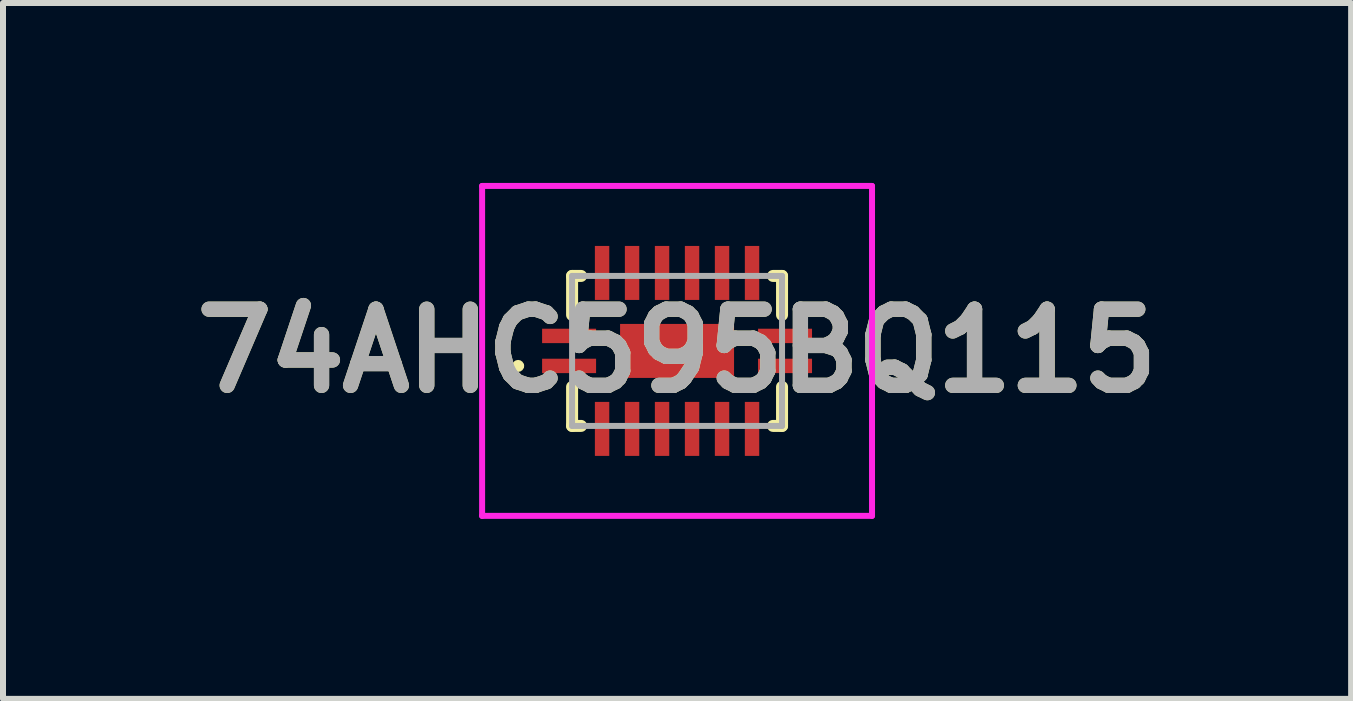
<source format=kicad_pcb>
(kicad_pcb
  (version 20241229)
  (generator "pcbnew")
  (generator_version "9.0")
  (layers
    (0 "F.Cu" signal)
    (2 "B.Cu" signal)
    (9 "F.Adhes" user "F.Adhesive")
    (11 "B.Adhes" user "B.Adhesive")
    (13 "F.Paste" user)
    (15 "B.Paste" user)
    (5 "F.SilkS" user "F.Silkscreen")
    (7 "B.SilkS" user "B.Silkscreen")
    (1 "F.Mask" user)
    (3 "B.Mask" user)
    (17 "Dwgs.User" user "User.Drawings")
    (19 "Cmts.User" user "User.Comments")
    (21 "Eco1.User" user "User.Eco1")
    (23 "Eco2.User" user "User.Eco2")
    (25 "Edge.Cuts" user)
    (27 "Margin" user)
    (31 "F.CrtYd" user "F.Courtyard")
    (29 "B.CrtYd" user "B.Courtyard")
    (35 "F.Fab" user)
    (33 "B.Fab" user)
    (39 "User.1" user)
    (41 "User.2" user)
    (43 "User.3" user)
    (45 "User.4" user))
  (footprint "74AHC595BQ115"
    (layer "F.Cu")
    (at 8.237 2.8)
    (property "Reference" "74AHC595BQ115" (at 0 0 0) (layer "F.SilkS") (effects (font (size 1.27 1.27) (thickness 0.254))))
    (attr smd)
    (fp_line (start -2.7 0.25) (end -2.7 0.25) (stroke (width 0.1) (type solid)) (layer "F.SilkS"))
    (fp_line (start -2.6 0.25) (end -2.6 0.25) (stroke (width 0.1) (type solid)) (layer "F.SilkS"))
    (fp_line (start -1.75 -1.25) (end -1.6 -1.25) (stroke (width 0.2) (type solid)) (layer "F.SilkS"))
    (fp_line (start -1.75 -0.6) (end -1.75 -1.25) (stroke (width 0.2) (type solid)) (layer "F.SilkS"))
    (fp_line (start -1.75 0.6) (end -1.75 1.25) (stroke (width 0.2) (type solid)) (layer "F.SilkS"))
    (fp_line (start -1.75 1.25) (end -1.6 1.25) (stroke (width 0.2) (type solid)) (layer "F.SilkS"))
    (fp_line (start 1.6 -1.25) (end 1.75 -1.25) (stroke (width 0.2) (type solid)) (layer "F.SilkS"))
    (fp_line (start 1.75 -1.25) (end 1.75 -0.6) (stroke (width 0.2) (type solid)) (layer "F.SilkS"))
    (fp_line (start 1.75 0.6) (end 1.75 1.25) (stroke (width 0.2) (type solid)) (layer "F.SilkS"))
    (fp_line (start 1.75 1.25) (end 1.6 1.25) (stroke (width 0.2) (type solid)) (layer "F.SilkS"))
    (fp_arc (start -2.7 0.25) (mid -2.65 0.2) (end -2.6 0.25) (stroke (width 0.1) (type solid)) (layer "F.SilkS"))
    (fp_arc (start -2.6 0.25) (mid -2.65 0.3) (end -2.7 0.25) (stroke (width 0.1) (type solid)) (layer "F.SilkS"))
    (fp_line (start -3.25 -2.75) (end 3.25 -2.75) (stroke (width 0.1) (type solid)) (layer "F.CrtYd"))
    (fp_line (start -3.25 2.75) (end -3.25 -2.75) (stroke (width 0.1) (type solid)) (layer "F.CrtYd"))
    (fp_line (start 3.25 -2.75) (end 3.25 2.75) (stroke (width 0.1) (type solid)) (layer "F.CrtYd"))
    (fp_line (start 3.25 2.75) (end -3.25 2.75) (stroke (width 0.1) (type solid)) (layer "F.CrtYd"))
    (fp_line (start -1.75 -1.25) (end -1.75 1.25) (stroke (width 0.1) (type solid)) (layer "F.Fab"))
    (fp_line (start -1.75 1.25) (end 1.75 1.25) (stroke (width 0.1) (type solid)) (layer "F.Fab"))
    (fp_line (start 1.75 -1.25) (end -1.75 -1.25) (stroke (width 0.1) (type solid)) (layer "F.Fab"))
    (fp_line (start 1.75 1.25) (end 1.75 -1.25) (stroke (width 0.1) (type solid)) (layer "F.Fab"))
    (fp_text user "${REFERENCE}" (at 0 0 0) (layer "F.Fab") (effects (font (size 1.27 1.27) (thickness 0.254))))
    (pad "1" smd rect (at -1.8 0.25 90) (size 0.24 0.9) (layers "F.Cu" "F.Mask" "F.Paste"))
    (pad "2" smd rect (at -1.25 1.3) (size 0.24 0.9) (layers "F.Cu" "F.Mask" "F.Paste"))
    (pad "3" smd rect (at -0.75 1.3) (size 0.24 0.9) (layers "F.Cu" "F.Mask" "F.Paste"))
    (pad "4" smd rect (at -0.25 1.3) (size 0.24 0.9) (layers "F.Cu" "F.Mask" "F.Paste"))
    (pad "5" smd rect (at 0.25 1.3) (size 0.24 0.9) (layers "F.Cu" "F.Mask" "F.Paste"))
    (pad "6" smd rect (at 0.75 1.3) (size 0.24 0.9) (layers "F.Cu" "F.Mask" "F.Paste"))
    (pad "7" smd rect (at 1.25 1.3) (size 0.24 0.9) (layers "F.Cu" "F.Mask" "F.Paste"))
    (pad "8" smd rect (at 1.8 0.25 90) (size 0.24 0.9) (layers "F.Cu" "F.Mask" "F.Paste"))
    (pad "9" smd rect (at 1.8 -0.25 90) (size 0.24 0.9) (layers "F.Cu" "F.Mask" "F.Paste"))
    (pad "10" smd rect (at 1.25 -1.3) (size 0.24 0.9) (layers "F.Cu" "F.Mask" "F.Paste"))
    (pad "11" smd rect (at 0.75 -1.3) (size 0.24 0.9) (layers "F.Cu" "F.Mask" "F.Paste"))
    (pad "12" smd rect (at 0.25 -1.3) (size 0.24 0.9) (layers "F.Cu" "F.Mask" "F.Paste"))
    (pad "13" smd rect (at -0.25 -1.3) (size 0.24 0.9) (layers "F.Cu" "F.Mask" "F.Paste"))
    (pad "14" smd rect (at -0.75 -1.3) (size 0.24 0.9) (layers "F.Cu" "F.Mask" "F.Paste"))
    (pad "15" smd rect (at -1.25 -1.3) (size 0.24 0.9) (layers "F.Cu" "F.Mask" "F.Paste"))
    (pad "16" smd rect (at -1.8 -0.25 90) (size 0.24 0.9) (layers "F.Cu" "F.Mask" "F.Paste"))
    (pad "17" smd rect (at 0 0 90) (size 0.9 1.9) (layers "F.Cu" "F.Mask" "F.Paste")))
  (gr_rect
    (start -3 -3)
    (end 19.474 8.6)
    (stroke (width 0.1) (type default))
    (fill no)
    (layer "Edge.Cuts")))
</source>
